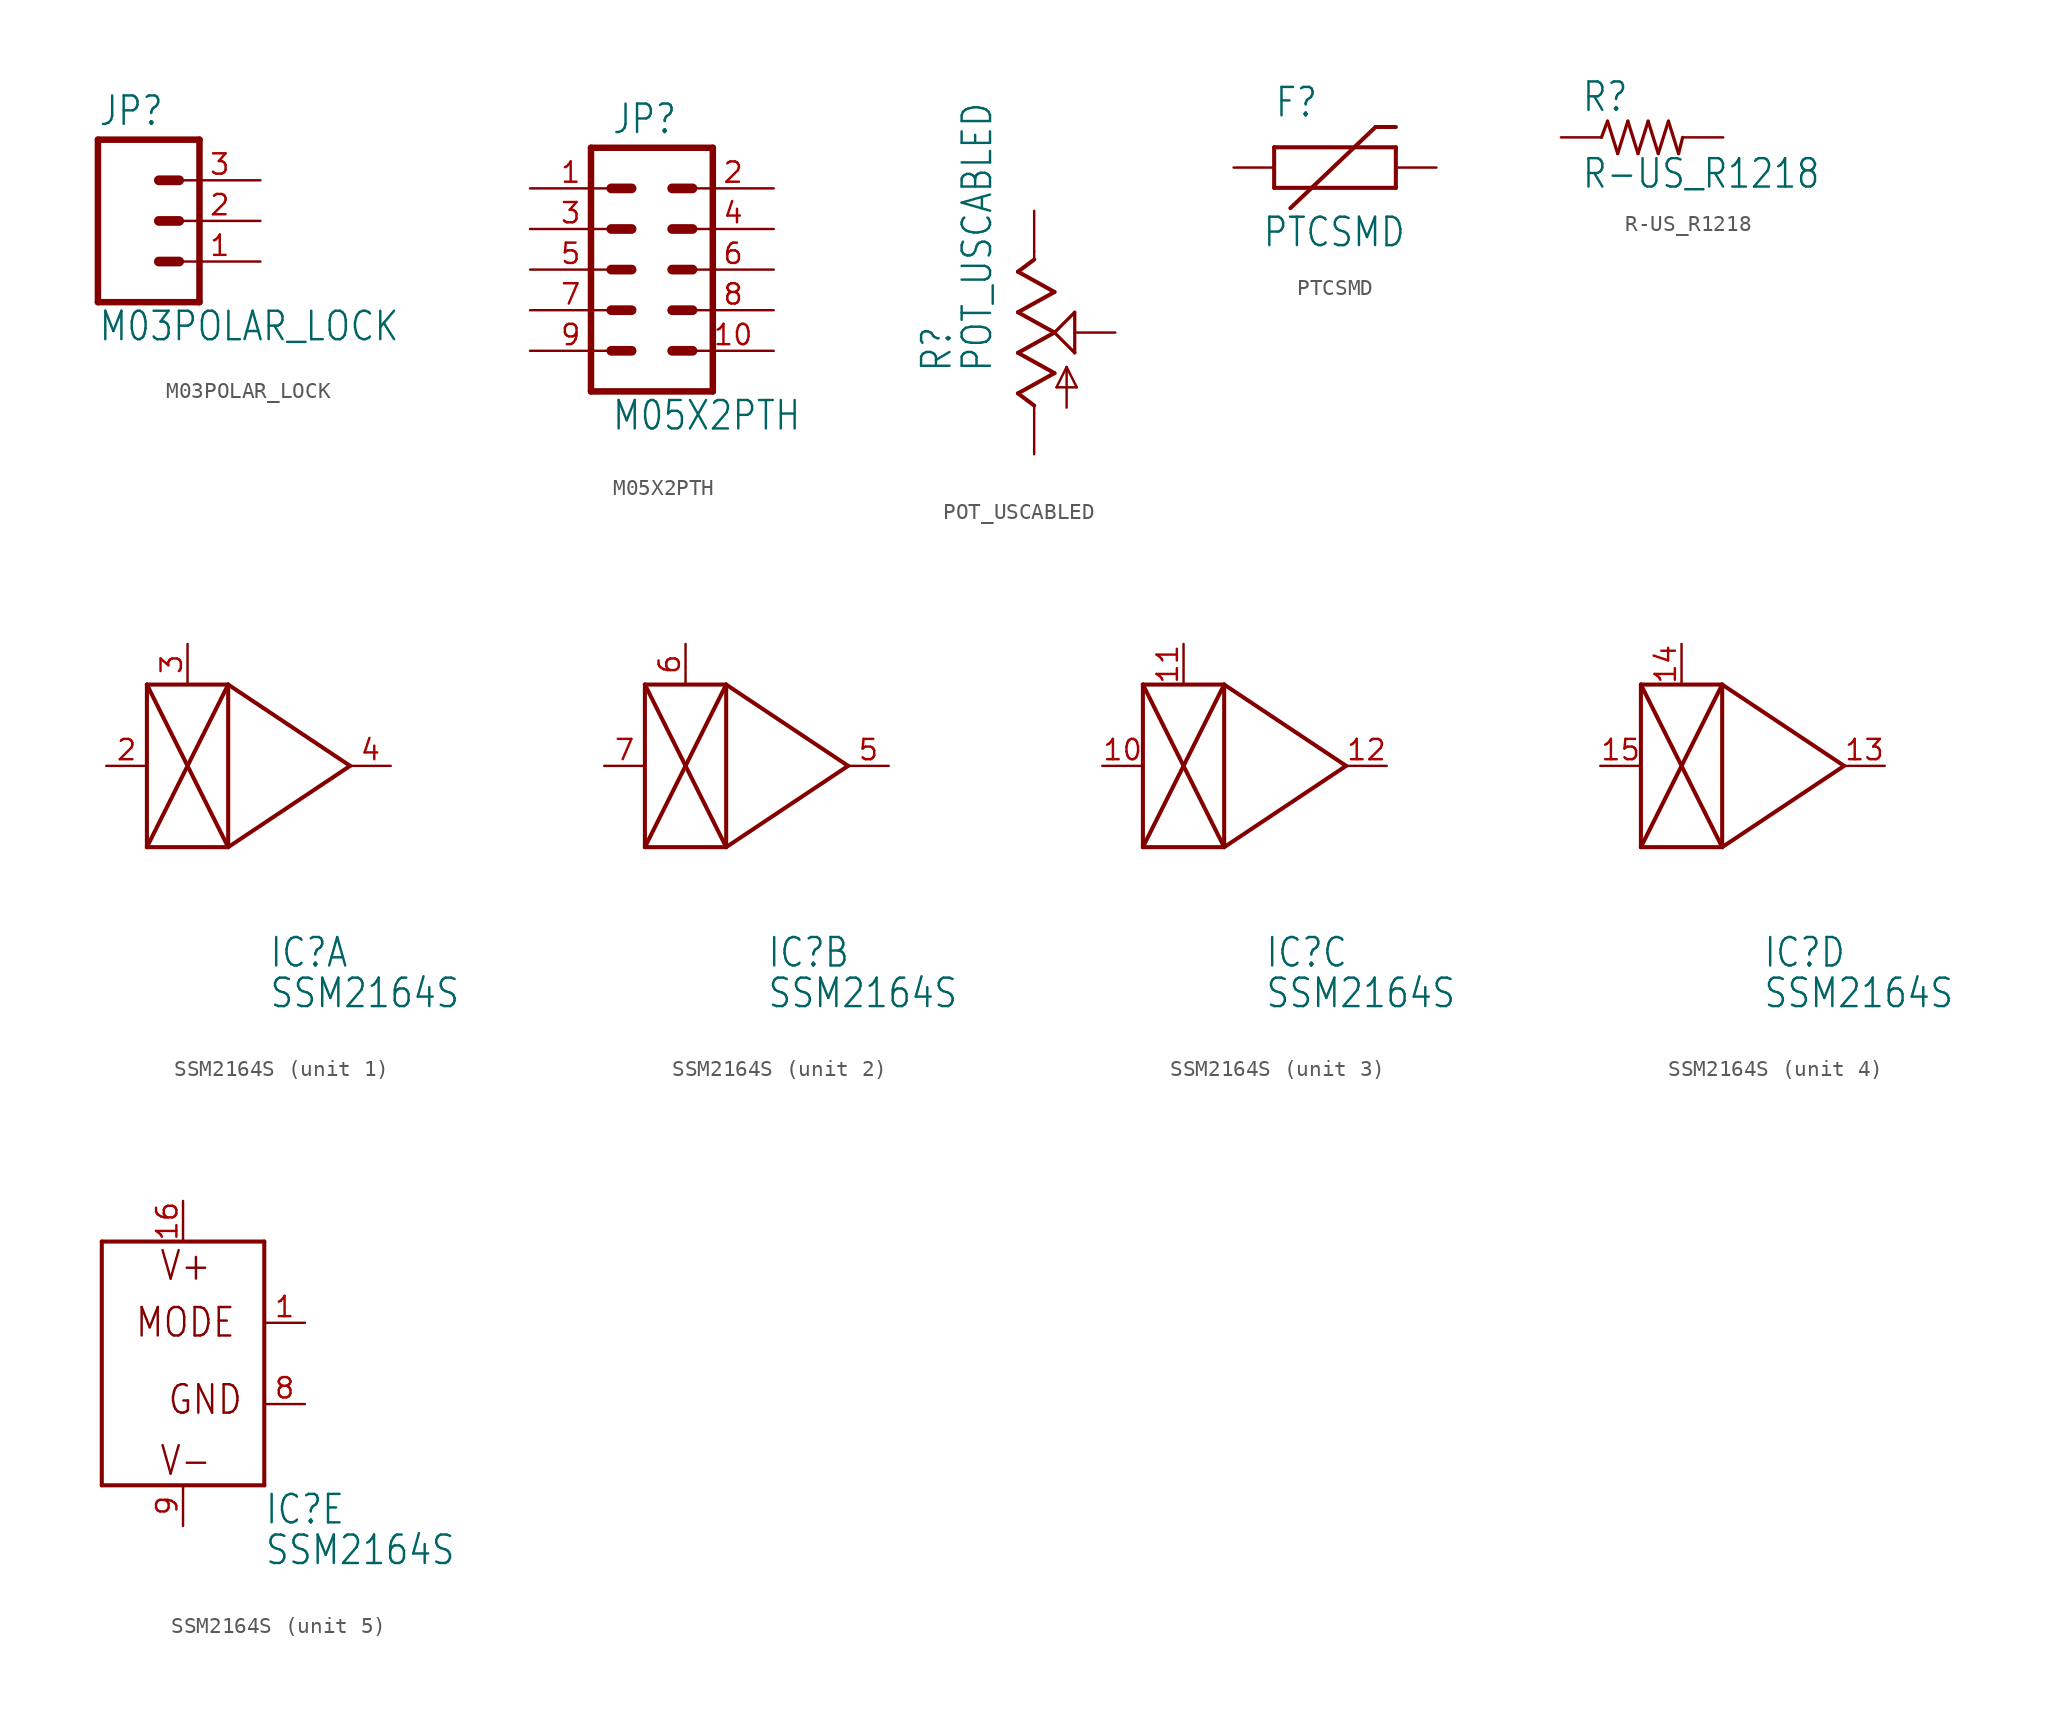
<source format=kicad_sym>
(kicad_symbol_lib
  (version 20211014)
  (generator kicad_symbol_editor)
  (symbol "M03POLAR_LOCK"
    (property "Reference" "JP"
      (at -2.54 5.842 0)
      (effects (font (size 1.778 1.511)) (justify left bottom)))
    (property "Value" "M03POLAR_LOCK"
      (at -2.54 -7.62 0)
      (effects (font (size 1.778 1.511)) (justify left bottom)))
    (property "ki_locked" ""
      (at 0 0 0)
      (effects (font (size 1.27 1.27))))
    (symbol "M03POLAR_LOCK_1_0"
      (polyline (pts (xy -2.54 5.08) (xy -2.54 -5.08)) (stroke (width 0.406) (type default) (color 0 0 0 0)) (fill (type none)))
      (polyline (pts (xy -2.54 5.08) (xy 3.81 5.08)) (stroke (width 0.406) (type default) (color 0 0 0 0)) (fill (type none)))
      (polyline (pts (xy 1.27 -2.54) (xy 2.54 -2.54)) (stroke (width 0.61) (type default) (color 0 0 0 0)) (fill (type none)))
      (polyline (pts (xy 1.27 0) (xy 2.54 0)) (stroke (width 0.61) (type default) (color 0 0 0 0)) (fill (type none)))
      (polyline (pts (xy 1.27 2.54) (xy 2.54 2.54)) (stroke (width 0.61) (type default) (color 0 0 0 0)) (fill (type none)))
      (polyline (pts (xy 3.81 -5.08) (xy -2.54 -5.08)) (stroke (width 0.406) (type default) (color 0 0 0 0)) (fill (type none)))
      (polyline (pts (xy 3.81 -5.08) (xy 3.81 5.08)) (stroke (width 0.406) (type default) (color 0 0 0 0)) (fill (type none)))
      (pin passive line (at 7.62 -2.54 180) (length 5.08) (name "1" (effects (font (size 0 0)))) (number "1" (effects (font (size 1.27 1.27)))))
      (pin passive line (at 7.62 0 180) (length 5.08) (name "2" (effects (font (size 0 0)))) (number "2" (effects (font (size 1.27 1.27)))))
      (pin passive line (at 7.62 2.54 180) (length 5.08) (name "3" (effects (font (size 0 0)))) (number "3" (effects (font (size 1.27 1.27)))))))
  (symbol "M05X2PTH"
    (property "Reference" "JP"
      (at -2.54 8.382 0)
      (effects (font (size 1.778 1.511)) (justify left bottom)))
    (property "Value" "M05X2PTH"
      (at -2.54 -10.16 0)
      (effects (font (size 1.778 1.511)) (justify left bottom)))
    (property "ki_locked" ""
      (at 0 0 0)
      (effects (font (size 1.27 1.27))))
    (symbol "M05X2PTH_1_0"
      (polyline (pts (xy -3.81 7.62) (xy -3.81 -7.62)) (stroke (width 0.406) (type default) (color 0 0 0 0)) (fill (type none)))
      (polyline (pts (xy -3.81 7.62) (xy 3.81 7.62)) (stroke (width 0.406) (type default) (color 0 0 0 0)) (fill (type none)))
      (polyline (pts (xy -1.27 -5.08) (xy -2.54 -5.08)) (stroke (width 0.61) (type default) (color 0 0 0 0)) (fill (type none)))
      (polyline (pts (xy -1.27 -2.54) (xy -2.54 -2.54)) (stroke (width 0.61) (type default) (color 0 0 0 0)) (fill (type none)))
      (polyline (pts (xy -1.27 0) (xy -2.54 0)) (stroke (width 0.61) (type default) (color 0 0 0 0)) (fill (type none)))
      (polyline (pts (xy -1.27 2.54) (xy -2.54 2.54)) (stroke (width 0.61) (type default) (color 0 0 0 0)) (fill (type none)))
      (polyline (pts (xy -1.27 5.08) (xy -2.54 5.08)) (stroke (width 0.61) (type default) (color 0 0 0 0)) (fill (type none)))
      (polyline (pts (xy 1.27 -5.08) (xy 2.54 -5.08)) (stroke (width 0.61) (type default) (color 0 0 0 0)) (fill (type none)))
      (polyline (pts (xy 1.27 -2.54) (xy 2.54 -2.54)) (stroke (width 0.61) (type default) (color 0 0 0 0)) (fill (type none)))
      (polyline (pts (xy 1.27 0) (xy 2.54 0)) (stroke (width 0.61) (type default) (color 0 0 0 0)) (fill (type none)))
      (polyline (pts (xy 1.27 2.54) (xy 2.54 2.54)) (stroke (width 0.61) (type default) (color 0 0 0 0)) (fill (type none)))
      (polyline (pts (xy 1.27 5.08) (xy 2.54 5.08)) (stroke (width 0.61) (type default) (color 0 0 0 0)) (fill (type none)))
      (polyline (pts (xy 3.81 -7.62) (xy -3.81 -7.62)) (stroke (width 0.406) (type default) (color 0 0 0 0)) (fill (type none)))
      (polyline (pts (xy 3.81 -7.62) (xy 3.81 7.62)) (stroke (width 0.406) (type default) (color 0 0 0 0)) (fill (type none)))
      (pin passive line (at -7.62 5.08 0) (length 5.08) (name "1" (effects (font (size 0 0)))) (number "1" (effects (font (size 1.27 1.27)))))
      (pin passive line (at 7.62 -5.08 180) (length 5.08) (name "10" (effects (font (size 0 0)))) (number "10" (effects (font (size 1.27 1.27)))))
      (pin passive line (at 7.62 5.08 180) (length 5.08) (name "2" (effects (font (size 0 0)))) (number "2" (effects (font (size 1.27 1.27)))))
      (pin passive line (at -7.62 2.54 0) (length 5.08) (name "3" (effects (font (size 0 0)))) (number "3" (effects (font (size 1.27 1.27)))))
      (pin passive line (at 7.62 2.54 180) (length 5.08) (name "4" (effects (font (size 0 0)))) (number "4" (effects (font (size 1.27 1.27)))))
      (pin passive line (at -7.62 0 0) (length 5.08) (name "5" (effects (font (size 0 0)))) (number "5" (effects (font (size 1.27 1.27)))))
      (pin passive line (at 7.62 0 180) (length 5.08) (name "6" (effects (font (size 0 0)))) (number "6" (effects (font (size 1.27 1.27)))))
      (pin passive line (at -7.62 -2.54 0) (length 5.08) (name "7" (effects (font (size 0 0)))) (number "7" (effects (font (size 1.27 1.27)))))
      (pin passive line (at 7.62 -2.54 180) (length 5.08) (name "8" (effects (font (size 0 0)))) (number "8" (effects (font (size 1.27 1.27)))))
      (pin passive line (at -7.62 -5.08 0) (length 5.08) (name "9" (effects (font (size 0 0)))) (number "9" (effects (font (size 1.27 1.27)))))))
  (symbol "POT_USCABLED"
    (property "Reference" "R"
      (at -5.08 -2.54 90)
      (effects (font (size 1.778 1.511)) (justify left bottom)))
    (property "Value" "POT_USCABLED"
      (at -2.54 -2.54 90)
      (effects (font (size 1.778 1.511)) (justify left bottom)))
    (property "ki_locked" ""
      (at 0 0 0)
      (effects (font (size 1.27 1.27))))
    (symbol "POT_USCABLED_1_0"
      (polyline (pts (xy -1.016 -3.81) (xy 1.27 -2.54)) (stroke (width 0.254) (type default) (color 0 0 0 0)) (fill (type none)))
      (polyline (pts (xy -1.016 -1.27) (xy 1.27 0)) (stroke (width 0.254) (type default) (color 0 0 0 0)) (fill (type none)))
      (polyline (pts (xy -1.016 1.27) (xy 1.27 2.54)) (stroke (width 0.254) (type default) (color 0 0 0 0)) (fill (type none)))
      (polyline (pts (xy -1.016 3.81) (xy 0 4.572)) (stroke (width 0.254) (type default) (color 0 0 0 0)) (fill (type none)))
      (polyline (pts (xy 0 -5.08) (xy 0 -4.572)) (stroke (width 0.152) (type default) (color 0 0 0 0)) (fill (type none)))
      (polyline (pts (xy 0 -4.572) (xy -1.016 -3.81)) (stroke (width 0.254) (type default) (color 0 0 0 0)) (fill (type none)))
      (polyline (pts (xy 0 4.572) (xy 0 5.08)) (stroke (width 0.152) (type default) (color 0 0 0 0)) (fill (type none)))
      (polyline (pts (xy 1.27 -2.54) (xy -1.016 -1.27)) (stroke (width 0.254) (type default) (color 0 0 0 0)) (fill (type none)))
      (polyline (pts (xy 1.27 0) (xy -1.016 1.27)) (stroke (width 0.254) (type default) (color 0 0 0 0)) (fill (type none)))
      (polyline (pts (xy 1.27 0) (xy 2.54 1.27)) (stroke (width 0.203) (type default) (color 0 0 0 0)) (fill (type none)))
      (polyline (pts (xy 1.27 2.54) (xy -1.016 3.81)) (stroke (width 0.254) (type default) (color 0 0 0 0)) (fill (type none)))
      (polyline (pts (xy 1.397 -3.429) (xy 2.032 -2.159)) (stroke (width 0.152) (type default) (color 0 0 0 0)) (fill (type none)))
      (polyline (pts (xy 2.032 -4.699) (xy 2.032 -2.159)) (stroke (width 0.152) (type default) (color 0 0 0 0)) (fill (type none)))
      (polyline (pts (xy 2.032 -2.159) (xy 2.667 -3.429)) (stroke (width 0.152) (type default) (color 0 0 0 0)) (fill (type none)))
      (polyline (pts (xy 2.54 -1.27) (xy 1.27 0)) (stroke (width 0.203) (type default) (color 0 0 0 0)) (fill (type none)))
      (polyline (pts (xy 2.54 1.27) (xy 2.54 -1.27)) (stroke (width 0.203) (type default) (color 0 0 0 0)) (fill (type none)))
      (polyline (pts (xy 2.667 -3.429) (xy 1.397 -3.429)) (stroke (width 0.152) (type default) (color 0 0 0 0)) (fill (type none)))
      (pin passive line (at 0 -7.62 90) (length 2.54) (name "A" (effects (font (size 0 0)))) (number "A" (effects (font (size 0 0)))))
      (pin passive line (at 0 7.62 270) (length 2.54) (name "E" (effects (font (size 0 0)))) (number "E" (effects (font (size 0 0)))))
      (pin passive line (at 5.08 0 180) (length 2.54) (name "S" (effects (font (size 0 0)))) (number "S" (effects (font (size 0 0)))))))
  (symbol "PTCSMD"
    (property "Reference" "F"
      (at -2.54 3.048 0)
      (effects (font (size 1.778 1.511)) (justify left bottom)))
    (property "Value" "PTCSMD"
      (at -3.302 -5.08 0)
      (effects (font (size 1.778 1.511)) (justify left bottom)))
    (property "ki_locked" ""
      (at 0 0 0)
      (effects (font (size 1.27 1.27))))
    (symbol "PTCSMD_1_0"
      (polyline (pts (xy -2.54 -1.27) (xy -2.54 1.27)) (stroke (width 0.254) (type default) (color 0 0 0 0)) (fill (type none)))
      (polyline (pts (xy -2.54 1.27) (xy 5.08 1.27)) (stroke (width 0.254) (type default) (color 0 0 0 0)) (fill (type none)))
      (polyline (pts (xy -1.524 -2.54) (xy 3.81 2.54)) (stroke (width 0.254) (type default) (color 0 0 0 0)) (fill (type none)))
      (polyline (pts (xy 3.81 2.54) (xy 5.08 2.54)) (stroke (width 0.254) (type default) (color 0 0 0 0)) (fill (type none)))
      (polyline (pts (xy 5.08 -1.27) (xy -2.54 -1.27)) (stroke (width 0.254) (type default) (color 0 0 0 0)) (fill (type none)))
      (polyline (pts (xy 5.08 1.27) (xy 5.08 -1.27)) (stroke (width 0.254) (type default) (color 0 0 0 0)) (fill (type none)))
      (pin bidirectional line (at -5.08 0 0) (length 2.54) (name "1" (effects (font (size 0 0)))) (number "1" (effects (font (size 0 0)))))
      (pin bidirectional line (at 7.62 0 180) (length 2.54) (name "2" (effects (font (size 0 0)))) (number "2" (effects (font (size 0 0)))))))
  (symbol "R-US_R1218"
    (property "Reference" "R"
      (at -3.81 1.499 0)
      (effects (font (size 1.778 1.511)) (justify left bottom)))
    (property "Value" "R-US_R1218"
      (at -3.81 -3.302 0)
      (effects (font (size 1.778 1.511)) (justify left bottom)))
    (property "ki_locked" ""
      (at 0 0 0)
      (effects (font (size 1.27 1.27))))
    (symbol "R-US_R1218_1_0"
      (polyline (pts (xy -2.54 0) (xy -2.159 1.016)) (stroke (width 0.203) (type default) (color 0 0 0 0)) (fill (type none)))
      (polyline (pts (xy -2.159 1.016) (xy -1.524 -1.016)) (stroke (width 0.203) (type default) (color 0 0 0 0)) (fill (type none)))
      (polyline (pts (xy -1.524 -1.016) (xy -0.889 1.016)) (stroke (width 0.203) (type default) (color 0 0 0 0)) (fill (type none)))
      (polyline (pts (xy -0.889 1.016) (xy -0.254 -1.016)) (stroke (width 0.203) (type default) (color 0 0 0 0)) (fill (type none)))
      (polyline (pts (xy -0.254 -1.016) (xy 0.381 1.016)) (stroke (width 0.203) (type default) (color 0 0 0 0)) (fill (type none)))
      (polyline (pts (xy 0.381 1.016) (xy 1.016 -1.016)) (stroke (width 0.203) (type default) (color 0 0 0 0)) (fill (type none)))
      (polyline (pts (xy 1.016 -1.016) (xy 1.651 1.016)) (stroke (width 0.203) (type default) (color 0 0 0 0)) (fill (type none)))
      (polyline (pts (xy 1.651 1.016) (xy 2.286 -1.016)) (stroke (width 0.203) (type default) (color 0 0 0 0)) (fill (type none)))
      (polyline (pts (xy 2.286 -1.016) (xy 2.54 0)) (stroke (width 0.203) (type default) (color 0 0 0 0)) (fill (type none)))
      (pin passive line (at -5.08 0 0) (length 2.54) (name "1" (effects (font (size 0 0)))) (number "1" (effects (font (size 0 0)))))
      (pin passive line (at 5.08 0 180) (length 2.54) (name "2" (effects (font (size 0 0)))) (number "2" (effects (font (size 0 0)))))))
  (symbol "SSM2164S"
    (property "Reference" "IC"
      (at 5.08 -12.7 0)
      (effects (font (size 1.778 1.511)) (justify left bottom)))
    (property "Value" "SSM2164S"
      (at 5.08 -15.24 0)
      (effects (font (size 1.778 1.511)) (justify left bottom)))
    (property "ki_locked" ""
      (at 0 0 0)
      (effects (font (size 1.27 1.27))))
    (symbol "SSM2164S_1_0"
      (polyline (pts (xy -2.54 -5.08) (xy 2.54 -5.08)) (stroke (width 0.254) (type default) (color 0 0 0 0)) (fill (type none)))
      (polyline (pts (xy -2.54 -5.08) (xy 2.54 5.08)) (stroke (width 0.254) (type default) (color 0 0 0 0)) (fill (type none)))
      (polyline (pts (xy -2.54 5.08) (xy -2.54 -5.08)) (stroke (width 0.254) (type default) (color 0 0 0 0)) (fill (type none)))
      (polyline (pts (xy -2.54 5.08) (xy 2.54 -5.08)) (stroke (width 0.254) (type default) (color 0 0 0 0)) (fill (type none)))
      (polyline (pts (xy 2.54 -5.08) (xy 2.54 5.08)) (stroke (width 0.254) (type default) (color 0 0 0 0)) (fill (type none)))
      (polyline (pts (xy 2.54 5.08) (xy -2.54 5.08)) (stroke (width 0.254) (type default) (color 0 0 0 0)) (fill (type none)))
      (polyline (pts (xy 2.54 5.08) (xy 10.16 0)) (stroke (width 0.254) (type default) (color 0 0 0 0)) (fill (type none)))
      (polyline (pts (xy 10.16 0) (xy 2.54 -5.08)) (stroke (width 0.254) (type default) (color 0 0 0 0)) (fill (type none)))
      (pin input line (at -5.08 0 0) (length 2.54) (name "IN" (effects (font (size 0 0)))) (number "2" (effects (font (size 1.27 1.27)))))
      (pin input line (at 0 7.62 270) (length 2.54) (name "CTRL" (effects (font (size 0 0)))) (number "3" (effects (font (size 1.27 1.27)))))
      (pin output line (at 12.7 0 180) (length 2.54) (name "OUT" (effects (font (size 0 0)))) (number "4" (effects (font (size 1.27 1.27))))))
    (symbol "SSM2164S_2_0"
      (polyline (pts (xy -2.54 -5.08) (xy 2.54 -5.08)) (stroke (width 0.254) (type default) (color 0 0 0 0)) (fill (type none)))
      (polyline (pts (xy -2.54 -5.08) (xy 2.54 5.08)) (stroke (width 0.254) (type default) (color 0 0 0 0)) (fill (type none)))
      (polyline (pts (xy -2.54 5.08) (xy -2.54 -5.08)) (stroke (width 0.254) (type default) (color 0 0 0 0)) (fill (type none)))
      (polyline (pts (xy -2.54 5.08) (xy 2.54 -5.08)) (stroke (width 0.254) (type default) (color 0 0 0 0)) (fill (type none)))
      (polyline (pts (xy 2.54 -5.08) (xy 2.54 5.08)) (stroke (width 0.254) (type default) (color 0 0 0 0)) (fill (type none)))
      (polyline (pts (xy 2.54 5.08) (xy -2.54 5.08)) (stroke (width 0.254) (type default) (color 0 0 0 0)) (fill (type none)))
      (polyline (pts (xy 2.54 5.08) (xy 10.16 0)) (stroke (width 0.254) (type default) (color 0 0 0 0)) (fill (type none)))
      (polyline (pts (xy 10.16 0) (xy 2.54 -5.08)) (stroke (width 0.254) (type default) (color 0 0 0 0)) (fill (type none)))
      (pin output line (at 12.7 0 180) (length 2.54) (name "OUT" (effects (font (size 0 0)))) (number "5" (effects (font (size 1.27 1.27)))))
      (pin input line (at 0 7.62 270) (length 2.54) (name "CTRL" (effects (font (size 0 0)))) (number "6" (effects (font (size 1.27 1.27)))))
      (pin input line (at -5.08 0 0) (length 2.54) (name "IN" (effects (font (size 0 0)))) (number "7" (effects (font (size 1.27 1.27))))))
    (symbol "SSM2164S_3_0"
      (polyline (pts (xy -2.54 -5.08) (xy 2.54 -5.08)) (stroke (width 0.254) (type default) (color 0 0 0 0)) (fill (type none)))
      (polyline (pts (xy -2.54 -5.08) (xy 2.54 5.08)) (stroke (width 0.254) (type default) (color 0 0 0 0)) (fill (type none)))
      (polyline (pts (xy -2.54 5.08) (xy -2.54 -5.08)) (stroke (width 0.254) (type default) (color 0 0 0 0)) (fill (type none)))
      (polyline (pts (xy -2.54 5.08) (xy 2.54 -5.08)) (stroke (width 0.254) (type default) (color 0 0 0 0)) (fill (type none)))
      (polyline (pts (xy 2.54 -5.08) (xy 2.54 5.08)) (stroke (width 0.254) (type default) (color 0 0 0 0)) (fill (type none)))
      (polyline (pts (xy 2.54 5.08) (xy -2.54 5.08)) (stroke (width 0.254) (type default) (color 0 0 0 0)) (fill (type none)))
      (polyline (pts (xy 2.54 5.08) (xy 10.16 0)) (stroke (width 0.254) (type default) (color 0 0 0 0)) (fill (type none)))
      (polyline (pts (xy 10.16 0) (xy 2.54 -5.08)) (stroke (width 0.254) (type default) (color 0 0 0 0)) (fill (type none)))
      (pin input line (at -5.08 0 0) (length 2.54) (name "IN" (effects (font (size 0 0)))) (number "10" (effects (font (size 1.27 1.27)))))
      (pin input line (at 0 7.62 270) (length 2.54) (name "CTRL" (effects (font (size 0 0)))) (number "11" (effects (font (size 1.27 1.27)))))
      (pin output line (at 12.7 0 180) (length 2.54) (name "OUT" (effects (font (size 0 0)))) (number "12" (effects (font (size 1.27 1.27))))))
    (symbol "SSM2164S_4_0"
      (polyline (pts (xy -2.54 -5.08) (xy 2.54 -5.08)) (stroke (width 0.254) (type default) (color 0 0 0 0)) (fill (type none)))
      (polyline (pts (xy -2.54 -5.08) (xy 2.54 5.08)) (stroke (width 0.254) (type default) (color 0 0 0 0)) (fill (type none)))
      (polyline (pts (xy -2.54 5.08) (xy -2.54 -5.08)) (stroke (width 0.254) (type default) (color 0 0 0 0)) (fill (type none)))
      (polyline (pts (xy -2.54 5.08) (xy 2.54 -5.08)) (stroke (width 0.254) (type default) (color 0 0 0 0)) (fill (type none)))
      (polyline (pts (xy 2.54 -5.08) (xy 2.54 5.08)) (stroke (width 0.254) (type default) (color 0 0 0 0)) (fill (type none)))
      (polyline (pts (xy 2.54 5.08) (xy -2.54 5.08)) (stroke (width 0.254) (type default) (color 0 0 0 0)) (fill (type none)))
      (polyline (pts (xy 2.54 5.08) (xy 10.16 0)) (stroke (width 0.254) (type default) (color 0 0 0 0)) (fill (type none)))
      (polyline (pts (xy 10.16 0) (xy 2.54 -5.08)) (stroke (width 0.254) (type default) (color 0 0 0 0)) (fill (type none)))
      (pin output line (at 12.7 0 180) (length 2.54) (name "OUT" (effects (font (size 0 0)))) (number "13" (effects (font (size 1.27 1.27)))))
      (pin input line (at 0 7.62 270) (length 2.54) (name "CTRL" (effects (font (size 0 0)))) (number "14" (effects (font (size 1.27 1.27)))))
      (pin input line (at -5.08 0 0) (length 2.54) (name "IN" (effects (font (size 0 0)))) (number "15" (effects (font (size 1.27 1.27))))))
    (symbol "SSM2164S_5_0"
      (polyline (pts (xy -5.08 -10.16) (xy -5.08 5.08)) (stroke (width 0.254) (type default) (color 0 0 0 0)) (fill (type none)))
      (polyline (pts (xy -5.08 5.08) (xy 5.08 5.08)) (stroke (width 0.254) (type default) (color 0 0 0 0)) (fill (type none)))
      (polyline (pts (xy 5.08 -10.16) (xy -5.08 -10.16)) (stroke (width 0.254) (type default) (color 0 0 0 0)) (fill (type none)))
      (polyline (pts (xy 5.08 5.08) (xy 5.08 -10.16)) (stroke (width 0.254) (type default) (color 0 0 0 0)) (fill (type none)))
      (text "GND" (at -1.016 -5.842 0) (effects (font (size 1.778 1.511)) (justify left bottom)))
      (text "MODE" (at -3.048 -1.016 0) (effects (font (size 1.778 1.511)) (justify left bottom)))
      (text "V+" (at -1.524 2.54 0) (effects (font (size 1.778 1.511)) (justify left bottom)))
      (text "V-" (at -1.524 -9.652 0) (effects (font (size 1.778 1.511)) (justify left bottom)))
      (pin input line (at 7.62 0 180) (length 2.54) (name "MODE" (effects (font (size 0 0)))) (number "1" (effects (font (size 1.27 1.27)))))
      (pin power_in line (at 0 7.62 270) (length 2.54) (name "V+" (effects (font (size 0 0)))) (number "16" (effects (font (size 1.27 1.27)))))
      (pin power_in line (at 7.62 -5.08 180) (length 2.54) (name "GND" (effects (font (size 0 0)))) (number "8" (effects (font (size 1.27 1.27)))))
      (pin power_in line (at 0 -12.7 90) (length 2.54) (name "V-" (effects (font (size 0 0)))) (number "9" (effects (font (size 1.27 1.27))))))))
</source>
